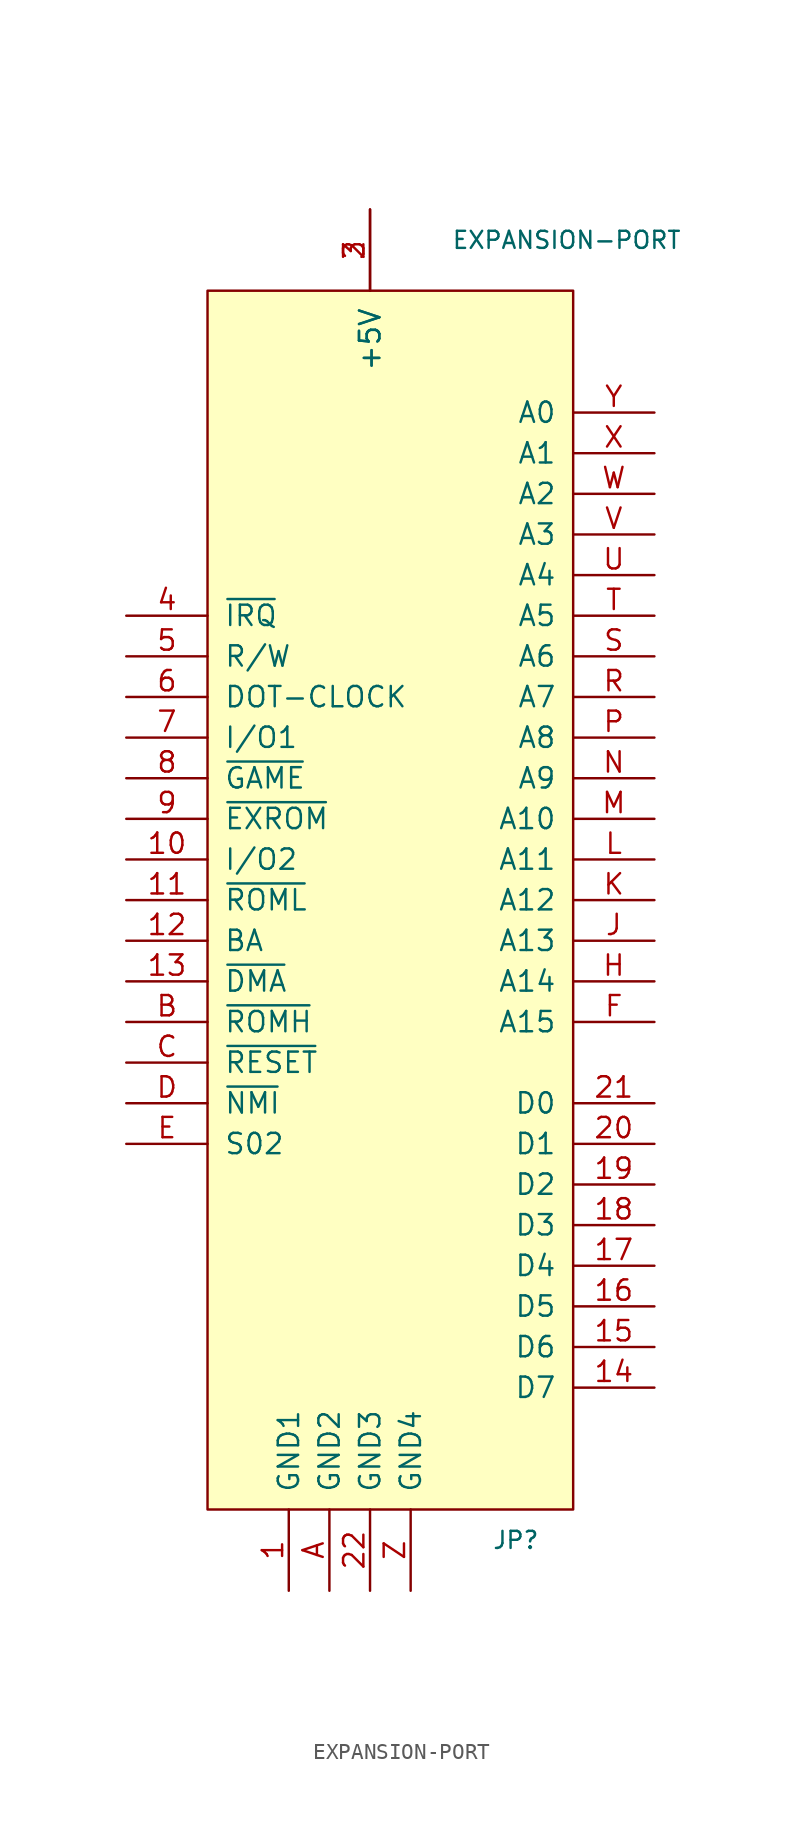
<source format=kicad_sym>
(kicad_symbol_lib
  (version 20211014)
  (generator kicad_symbol_editor)
  (symbol "EXPANSION-PORT"
    (pin_names
      (offset 1.016))
    (property "Reference" "JP"
      (at 7.62 -58.42 0)
      (effects (font (size 1.067 1.067)) (justify left bottom)))
    (property "Value" "EXPANSION-PORT"
      (at 5.08 22.86 0)
      (effects (font (size 1.067 1.067)) (justify left bottom)))
    (symbol "EXPANSION-PORT_0_1"
      (rectangle (start -10.16 20.32) (end 12.7 -55.88) (stroke (width 0) (type default) (color 0 0 0 0)) (fill (type background))))
    (symbol "EXPANSION-PORT_1_0"
      (pin power_in line (at -5.08 -60.96 90) (length 5.08) (name "GND1" (effects (font (size 1.27 1.27)))) (number "1" (effects (font (size 1.27 1.27)))))
      (pin bidirectional line (at -15.24 -15.24 0) (length 5.08) (name "I/O2" (effects (font (size 1.27 1.27)))) (number "10" (effects (font (size 1.27 1.27)))))
      (pin bidirectional line (at -15.24 -17.78 0) (length 5.08) (name "~{ROML}" (effects (font (size 1.27 1.27)))) (number "11" (effects (font (size 1.27 1.27)))))
      (pin bidirectional line (at -15.24 -20.32 0) (length 5.08) (name "BA" (effects (font (size 1.27 1.27)))) (number "12" (effects (font (size 1.27 1.27)))))
      (pin bidirectional line (at -15.24 -22.86 0) (length 5.08) (name "~{DMA}" (effects (font (size 1.27 1.27)))) (number "13" (effects (font (size 1.27 1.27)))))
      (pin bidirectional line (at 17.78 -48.26 180) (length 5.08) (name "D7" (effects (font (size 1.27 1.27)))) (number "14" (effects (font (size 1.27 1.27)))))
      (pin bidirectional line (at 17.78 -45.72 180) (length 5.08) (name "D6" (effects (font (size 1.27 1.27)))) (number "15" (effects (font (size 1.27 1.27)))))
      (pin bidirectional line (at 17.78 -43.18 180) (length 5.08) (name "D5" (effects (font (size 1.27 1.27)))) (number "16" (effects (font (size 1.27 1.27)))))
      (pin bidirectional line (at 17.78 -40.64 180) (length 5.08) (name "D4" (effects (font (size 1.27 1.27)))) (number "17" (effects (font (size 1.27 1.27)))))
      (pin bidirectional line (at 17.78 -38.1 180) (length 5.08) (name "D3" (effects (font (size 1.27 1.27)))) (number "18" (effects (font (size 1.27 1.27)))))
      (pin bidirectional line (at 17.78 -35.56 180) (length 5.08) (name "D2" (effects (font (size 1.27 1.27)))) (number "19" (effects (font (size 1.27 1.27)))))
      (pin passive line (at 0 25.4 270) (length 5.08) (name "+5V" (effects (font (size 1.27 1.27)))) (number "2" (effects (font (size 1.27 1.27)))))
      (pin bidirectional line (at 17.78 -33.02 180) (length 5.08) (name "D1" (effects (font (size 1.27 1.27)))) (number "20" (effects (font (size 1.27 1.27)))))
      (pin bidirectional line (at 17.78 -30.48 180) (length 5.08) (name "D0" (effects (font (size 1.27 1.27)))) (number "21" (effects (font (size 1.27 1.27)))))
      (pin power_in line (at 0 -60.96 90) (length 5.08) (name "GND3" (effects (font (size 1.27 1.27)))) (number "22" (effects (font (size 1.27 1.27)))))
      (pin power_out line (at 0 25.4 270) (length 5.08) (name "+5V" (effects (font (size 1.27 1.27)))) (number "3" (effects (font (size 1.27 1.27)))))
      (pin bidirectional line (at -15.24 0 0) (length 5.08) (name "~{IRQ}" (effects (font (size 1.27 1.27)))) (number "4" (effects (font (size 1.27 1.27)))))
      (pin bidirectional line (at -15.24 -2.54 0) (length 5.08) (name "R/W" (effects (font (size 1.27 1.27)))) (number "5" (effects (font (size 1.27 1.27)))))
      (pin bidirectional line (at -15.24 -5.08 0) (length 5.08) (name "DOT-CLOCK" (effects (font (size 1.27 1.27)))) (number "6" (effects (font (size 1.27 1.27)))))
      (pin bidirectional line (at -15.24 -7.62 0) (length 5.08) (name "I/O1" (effects (font (size 1.27 1.27)))) (number "7" (effects (font (size 1.27 1.27)))))
      (pin bidirectional line (at -15.24 -10.16 0) (length 5.08) (name "~{GAME}" (effects (font (size 1.27 1.27)))) (number "8" (effects (font (size 1.27 1.27)))))
      (pin bidirectional line (at -15.24 -12.7 0) (length 5.08) (name "~{EXROM}" (effects (font (size 1.27 1.27)))) (number "9" (effects (font (size 1.27 1.27)))))
      (pin power_in line (at -2.54 -60.96 90) (length 5.08) (name "GND2" (effects (font (size 1.27 1.27)))) (number "A" (effects (font (size 1.27 1.27)))))
      (pin bidirectional line (at -15.24 -25.4 0) (length 5.08) (name "~{ROMH}" (effects (font (size 1.27 1.27)))) (number "B" (effects (font (size 1.27 1.27)))))
      (pin bidirectional line (at -15.24 -27.94 0) (length 5.08) (name "~{RESET}" (effects (font (size 1.27 1.27)))) (number "C" (effects (font (size 1.27 1.27)))))
      (pin bidirectional line (at -15.24 -30.48 0) (length 5.08) (name "~{NMI}" (effects (font (size 1.27 1.27)))) (number "D" (effects (font (size 1.27 1.27)))))
      (pin bidirectional line (at -15.24 -33.02 0) (length 5.08) (name "S02" (effects (font (size 1.27 1.27)))) (number "E" (effects (font (size 1.27 1.27)))))
      (pin bidirectional line (at 17.78 -25.4 180) (length 5.08) (name "A15" (effects (font (size 1.27 1.27)))) (number "F" (effects (font (size 1.27 1.27)))))
      (pin bidirectional line (at 17.78 -22.86 180) (length 5.08) (name "A14" (effects (font (size 1.27 1.27)))) (number "H" (effects (font (size 1.27 1.27)))))
      (pin bidirectional line (at 17.78 -20.32 180) (length 5.08) (name "A13" (effects (font (size 1.27 1.27)))) (number "J" (effects (font (size 1.27 1.27)))))
      (pin bidirectional line (at 17.78 -17.78 180) (length 5.08) (name "A12" (effects (font (size 1.27 1.27)))) (number "K" (effects (font (size 1.27 1.27)))))
      (pin bidirectional line (at 17.78 -15.24 180) (length 5.08) (name "A11" (effects (font (size 1.27 1.27)))) (number "L" (effects (font (size 1.27 1.27)))))
      (pin bidirectional line (at 17.78 -12.7 180) (length 5.08) (name "A10" (effects (font (size 1.27 1.27)))) (number "M" (effects (font (size 1.27 1.27)))))
      (pin bidirectional line (at 17.78 -10.16 180) (length 5.08) (name "A9" (effects (font (size 1.27 1.27)))) (number "N" (effects (font (size 1.27 1.27)))))
      (pin bidirectional line (at 17.78 -7.62 180) (length 5.08) (name "A8" (effects (font (size 1.27 1.27)))) (number "P" (effects (font (size 1.27 1.27)))))
      (pin bidirectional line (at 17.78 -5.08 180) (length 5.08) (name "A7" (effects (font (size 1.27 1.27)))) (number "R" (effects (font (size 1.27 1.27)))))
      (pin bidirectional line (at 17.78 -2.54 180) (length 5.08) (name "A6" (effects (font (size 1.27 1.27)))) (number "S" (effects (font (size 1.27 1.27)))))
      (pin bidirectional line (at 17.78 0 180) (length 5.08) (name "A5" (effects (font (size 1.27 1.27)))) (number "T" (effects (font (size 1.27 1.27)))))
      (pin bidirectional line (at 17.78 2.54 180) (length 5.08) (name "A4" (effects (font (size 1.27 1.27)))) (number "U" (effects (font (size 1.27 1.27)))))
      (pin bidirectional line (at 17.78 5.08 180) (length 5.08) (name "A3" (effects (font (size 1.27 1.27)))) (number "V" (effects (font (size 1.27 1.27)))))
      (pin bidirectional line (at 17.78 7.62 180) (length 5.08) (name "A2" (effects (font (size 1.27 1.27)))) (number "W" (effects (font (size 1.27 1.27)))))
      (pin bidirectional line (at 17.78 10.16 180) (length 5.08) (name "A1" (effects (font (size 1.27 1.27)))) (number "X" (effects (font (size 1.27 1.27)))))
      (pin bidirectional line (at 17.78 12.7 180) (length 5.08) (name "A0" (effects (font (size 1.27 1.27)))) (number "Y" (effects (font (size 1.27 1.27)))))
      (pin power_in line (at 2.54 -60.96 90) (length 5.08) (name "GND4" (effects (font (size 1.27 1.27)))) (number "Z" (effects (font (size 1.27 1.27))))))))
</source>
